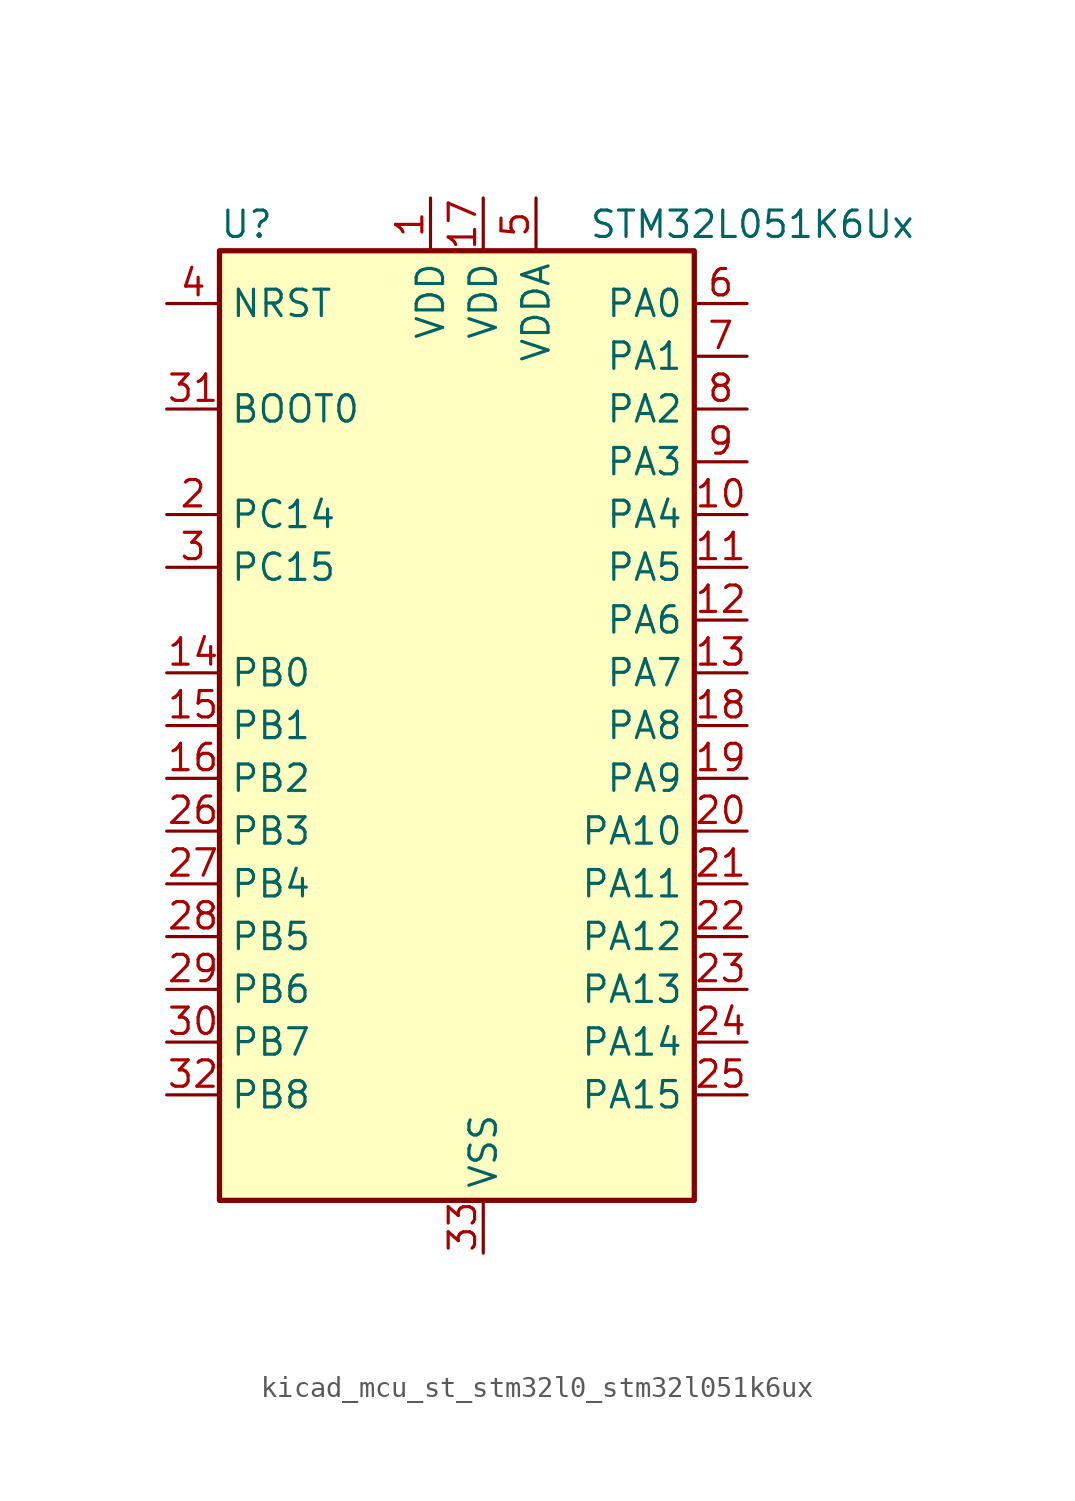
<source format=kicad_sym>
(kicad_symbol_lib
  (version 20220914)
  (generator kicad_symbol_editor)
  (symbol "kicad_mcu_st_stm32l0_stm32l051k6ux"
    (property "Reference" "U"
      (at -10.16 24.13 0)
      (effects (font (size 1.27 1.27)) (justify left)))
    (property "Value" "STM32L051K6Ux"
      (at 7.62 24.13 0)
      (effects (font (size 1.27 1.27)) (justify left)))
    (property "ki_locked" ""
      (at 0 0 0)
      (effects (font (size 1.27 1.27))))
    (symbol "kicad_mcu_st_stm32l0_stm32l051k6ux_0_1"
      (rectangle (start -10.16 -22.86) (end 12.7 22.86) (stroke (width 0.254) (type default)) (fill (type background))))
    (symbol "kicad_mcu_st_stm32l0_stm32l051k6ux_1_1"
      (pin power_in line (at 0 25.4 270) (length 2.54) (name "VDD" (effects (font (size 1.27 1.27)))) (number "1" (effects (font (size 1.27 1.27)))))
      (pin bidirectional line (at 15.24 10.16 180) (length 2.54) (name "PA4" (effects (font (size 1.27 1.27)))) (number "10" (effects (font (size 1.27 1.27)))) (alternate "ADC_IN4" bidirectional line) (alternate "COMP1_INM" bidirectional line) (alternate "COMP2_INM" bidirectional line) (alternate "SPI1_NSS" bidirectional line) (alternate "TIM22_ETR" bidirectional line) (alternate "USART2_CK" bidirectional line))
      (pin bidirectional line (at 15.24 7.62 180) (length 2.54) (name "PA5" (effects (font (size 1.27 1.27)))) (number "11" (effects (font (size 1.27 1.27)))) (alternate "ADC_IN5" bidirectional line) (alternate "COMP1_INM" bidirectional line) (alternate "COMP2_INM" bidirectional line) (alternate "SPI1_SCK" bidirectional line) (alternate "TIM2_CH1" bidirectional line) (alternate "TIM2_ETR" bidirectional line))
      (pin bidirectional line (at 15.24 5.08 180) (length 2.54) (name "PA6" (effects (font (size 1.27 1.27)))) (number "12" (effects (font (size 1.27 1.27)))) (alternate "ADC_IN6" bidirectional line) (alternate "COMP1_OUT" bidirectional line) (alternate "SPI1_MISO" bidirectional line) (alternate "TIM22_CH1" bidirectional line))
      (pin bidirectional line (at 15.24 2.54 180) (length 2.54) (name "PA7" (effects (font (size 1.27 1.27)))) (number "13" (effects (font (size 1.27 1.27)))) (alternate "ADC_IN7" bidirectional line) (alternate "COMP2_OUT" bidirectional line) (alternate "SPI1_MOSI" bidirectional line) (alternate "TIM22_CH2" bidirectional line))
      (pin bidirectional line (at -12.7 2.54 0) (length 2.54) (name "PB0" (effects (font (size 1.27 1.27)))) (number "14" (effects (font (size 1.27 1.27)))) (alternate "ADC_IN8" bidirectional line) (alternate "SYS_VREF_OUT_PB0" bidirectional line))
      (pin bidirectional line (at -12.7 0 0) (length 2.54) (name "PB1" (effects (font (size 1.27 1.27)))) (number "15" (effects (font (size 1.27 1.27)))) (alternate "ADC_IN9" bidirectional line) (alternate "SYS_VREF_OUT_PB1" bidirectional line))
      (pin bidirectional line (at -12.7 -2.54 0) (length 2.54) (name "PB2" (effects (font (size 1.27 1.27)))) (number "16" (effects (font (size 1.27 1.27)))) (alternate "LPTIM1_OUT" bidirectional line))
      (pin power_in line (at 2.54 25.4 270) (length 2.54) (name "VDD" (effects (font (size 1.27 1.27)))) (number "17" (effects (font (size 1.27 1.27)))))
      (pin bidirectional line (at 15.24 0 180) (length 2.54) (name "PA8" (effects (font (size 1.27 1.27)))) (number "18" (effects (font (size 1.27 1.27)))) (alternate "RCC_MCO" bidirectional line) (alternate "USART1_CK" bidirectional line))
      (pin bidirectional line (at 15.24 -2.54 180) (length 2.54) (name "PA9" (effects (font (size 1.27 1.27)))) (number "19" (effects (font (size 1.27 1.27)))) (alternate "RCC_MCO" bidirectional line) (alternate "USART1_TX" bidirectional line))
      (pin bidirectional line (at -12.7 10.16 0) (length 2.54) (name "PC14" (effects (font (size 1.27 1.27)))) (number "2" (effects (font (size 1.27 1.27)))) (alternate "RCC_OSC32_IN" bidirectional line))
      (pin bidirectional line (at 15.24 -5.08 180) (length 2.54) (name "PA10" (effects (font (size 1.27 1.27)))) (number "20" (effects (font (size 1.27 1.27)))) (alternate "USART1_RX" bidirectional line))
      (pin bidirectional line (at 15.24 -7.62 180) (length 2.54) (name "PA11" (effects (font (size 1.27 1.27)))) (number "21" (effects (font (size 1.27 1.27)))) (alternate "ADC_EXTI11" bidirectional line) (alternate "COMP1_OUT" bidirectional line) (alternate "SPI1_MISO" bidirectional line) (alternate "USART1_CTS" bidirectional line))
      (pin bidirectional line (at 15.24 -10.16 180) (length 2.54) (name "PA12" (effects (font (size 1.27 1.27)))) (number "22" (effects (font (size 1.27 1.27)))) (alternate "COMP2_OUT" bidirectional line) (alternate "SPI1_MOSI" bidirectional line) (alternate "USART1_DE" bidirectional line) (alternate "USART1_RTS" bidirectional line))
      (pin bidirectional line (at 15.24 -12.7 180) (length 2.54) (name "PA13" (effects (font (size 1.27 1.27)))) (number "23" (effects (font (size 1.27 1.27)))) (alternate "SYS_SWDIO" bidirectional line))
      (pin bidirectional line (at 15.24 -15.24 180) (length 2.54) (name "PA14" (effects (font (size 1.27 1.27)))) (number "24" (effects (font (size 1.27 1.27)))) (alternate "SYS_SWCLK" bidirectional line) (alternate "USART2_TX" bidirectional line))
      (pin bidirectional line (at 15.24 -17.78 180) (length 2.54) (name "PA15" (effects (font (size 1.27 1.27)))) (number "25" (effects (font (size 1.27 1.27)))) (alternate "SPI1_NSS" bidirectional line) (alternate "TIM2_CH1" bidirectional line) (alternate "TIM2_ETR" bidirectional line) (alternate "USART2_RX" bidirectional line))
      (pin bidirectional line (at -12.7 -5.08 0) (length 2.54) (name "PB3" (effects (font (size 1.27 1.27)))) (number "26" (effects (font (size 1.27 1.27)))) (alternate "COMP2_INM" bidirectional line) (alternate "SPI1_SCK" bidirectional line) (alternate "TIM2_CH2" bidirectional line))
      (pin bidirectional line (at -12.7 -7.62 0) (length 2.54) (name "PB4" (effects (font (size 1.27 1.27)))) (number "27" (effects (font (size 1.27 1.27)))) (alternate "COMP2_INP" bidirectional line) (alternate "SPI1_MISO" bidirectional line) (alternate "TIM22_CH1" bidirectional line))
      (pin bidirectional line (at -12.7 -10.16 0) (length 2.54) (name "PB5" (effects (font (size 1.27 1.27)))) (number "28" (effects (font (size 1.27 1.27)))) (alternate "COMP2_INP" bidirectional line) (alternate "I2C1_SMBA" bidirectional line) (alternate "LPTIM1_IN1" bidirectional line) (alternate "SPI1_MOSI" bidirectional line) (alternate "TIM22_CH2" bidirectional line))
      (pin bidirectional line (at -12.7 -12.7 0) (length 2.54) (name "PB6" (effects (font (size 1.27 1.27)))) (number "29" (effects (font (size 1.27 1.27)))) (alternate "COMP2_INP" bidirectional line) (alternate "I2C1_SCL" bidirectional line) (alternate "LPTIM1_ETR" bidirectional line) (alternate "USART1_TX" bidirectional line))
      (pin bidirectional line (at -12.7 7.62 0) (length 2.54) (name "PC15" (effects (font (size 1.27 1.27)))) (number "3" (effects (font (size 1.27 1.27)))) (alternate "RCC_OSC32_OUT" bidirectional line))
      (pin bidirectional line (at -12.7 -15.24 0) (length 2.54) (name "PB7" (effects (font (size 1.27 1.27)))) (number "30" (effects (font (size 1.27 1.27)))) (alternate "COMP2_INP" bidirectional line) (alternate "I2C1_SDA" bidirectional line) (alternate "LPTIM1_IN2" bidirectional line) (alternate "SYS_PVD_IN" bidirectional line) (alternate "USART1_RX" bidirectional line))
      (pin input line (at -12.7 15.24 0) (length 2.54) (name "BOOT0" (effects (font (size 1.27 1.27)))) (number "31" (effects (font (size 1.27 1.27)))))
      (pin bidirectional line (at -12.7 -17.78 0) (length 2.54) (name "PB8" (effects (font (size 1.27 1.27)))) (number "32" (effects (font (size 1.27 1.27)))) (alternate "I2C1_SCL" bidirectional line))
      (pin power_in line (at 2.54 -25.4 90) (length 2.54) (name "VSS" (effects (font (size 1.27 1.27)))) (number "33" (effects (font (size 1.27 1.27)))))
      (pin input line (at -12.7 20.32 0) (length 2.54) (name "NRST" (effects (font (size 1.27 1.27)))) (number "4" (effects (font (size 1.27 1.27)))))
      (pin power_in line (at 5.08 25.4 270) (length 2.54) (name "VDDA" (effects (font (size 1.27 1.27)))) (number "5" (effects (font (size 1.27 1.27)))))
      (pin bidirectional line (at 15.24 20.32 180) (length 2.54) (name "PA0" (effects (font (size 1.27 1.27)))) (number "6" (effects (font (size 1.27 1.27)))) (alternate "ADC_IN0" bidirectional line) (alternate "COMP1_INM" bidirectional line) (alternate "COMP1_OUT" bidirectional line) (alternate "RTC_TAMP2" bidirectional line) (alternate "SYS_WKUP1" bidirectional line) (alternate "TIM2_CH1" bidirectional line) (alternate "TIM2_ETR" bidirectional line) (alternate "USART2_CTS" bidirectional line))
      (pin bidirectional line (at 15.24 17.78 180) (length 2.54) (name "PA1" (effects (font (size 1.27 1.27)))) (number "7" (effects (font (size 1.27 1.27)))) (alternate "ADC_IN1" bidirectional line) (alternate "COMP1_INP" bidirectional line) (alternate "TIM21_ETR" bidirectional line) (alternate "TIM2_CH2" bidirectional line) (alternate "USART2_DE" bidirectional line) (alternate "USART2_RTS" bidirectional line))
      (pin bidirectional line (at 15.24 15.24 180) (length 2.54) (name "PA2" (effects (font (size 1.27 1.27)))) (number "8" (effects (font (size 1.27 1.27)))) (alternate "ADC_IN2" bidirectional line) (alternate "COMP2_INM" bidirectional line) (alternate "COMP2_OUT" bidirectional line) (alternate "TIM21_CH1" bidirectional line) (alternate "TIM2_CH3" bidirectional line) (alternate "USART2_TX" bidirectional line))
      (pin bidirectional line (at 15.24 12.7 180) (length 2.54) (name "PA3" (effects (font (size 1.27 1.27)))) (number "9" (effects (font (size 1.27 1.27)))) (alternate "ADC_IN3" bidirectional line) (alternate "COMP2_INP" bidirectional line) (alternate "TIM21_CH2" bidirectional line) (alternate "TIM2_CH4" bidirectional line) (alternate "USART2_RX" bidirectional line)))))
</source>
